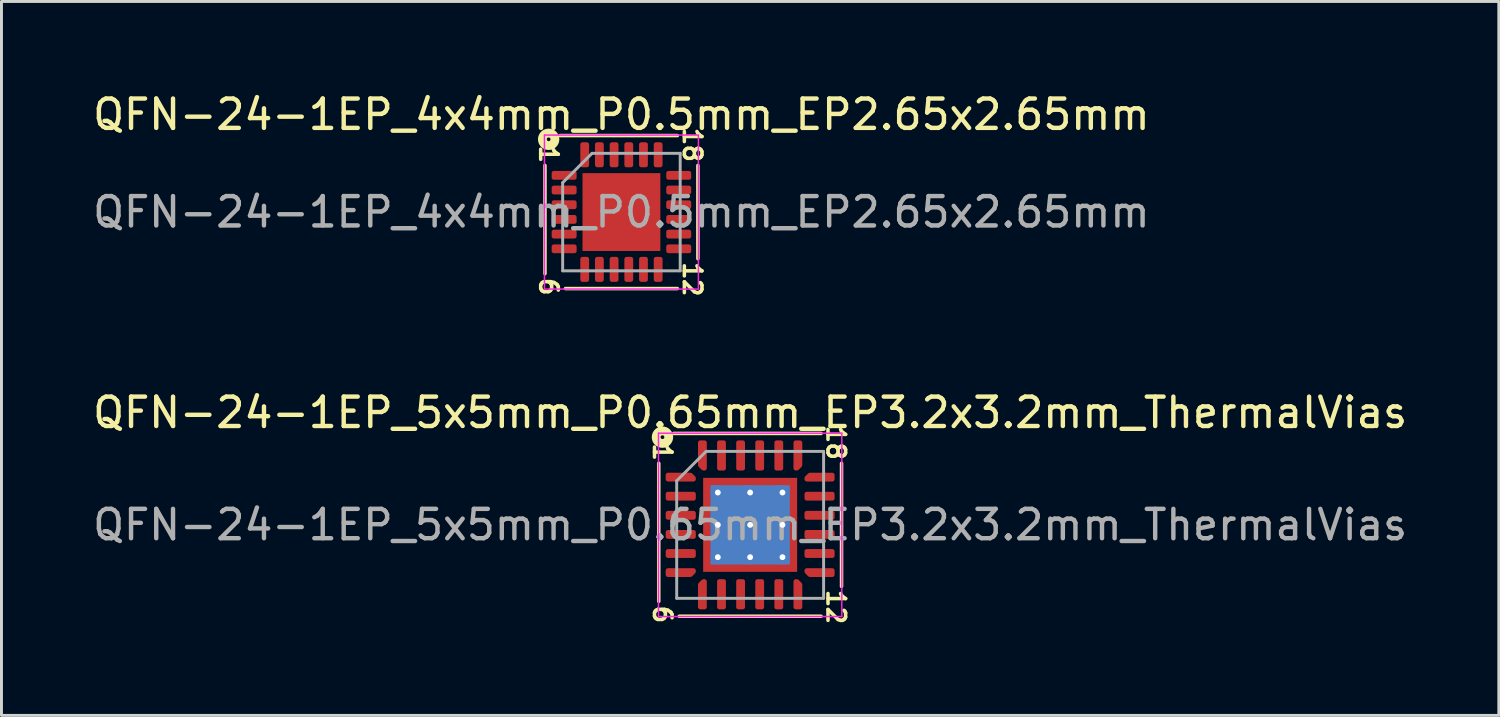
<source format=kicad_pcb>
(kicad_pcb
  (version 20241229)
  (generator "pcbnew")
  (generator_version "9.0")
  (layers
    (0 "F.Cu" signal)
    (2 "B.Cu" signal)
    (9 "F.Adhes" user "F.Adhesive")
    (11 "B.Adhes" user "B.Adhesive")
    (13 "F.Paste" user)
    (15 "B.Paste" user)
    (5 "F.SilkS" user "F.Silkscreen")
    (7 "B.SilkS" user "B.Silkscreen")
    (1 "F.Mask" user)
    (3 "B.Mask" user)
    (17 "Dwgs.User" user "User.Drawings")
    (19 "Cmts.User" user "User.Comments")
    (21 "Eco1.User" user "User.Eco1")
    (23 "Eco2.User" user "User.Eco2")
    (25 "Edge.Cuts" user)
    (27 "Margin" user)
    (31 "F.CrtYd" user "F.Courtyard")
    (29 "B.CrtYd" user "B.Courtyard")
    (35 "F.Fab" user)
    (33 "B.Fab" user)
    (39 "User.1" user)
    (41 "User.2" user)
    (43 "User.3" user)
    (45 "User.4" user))
  (footprint "QFN-24-1EP_5x5mm_P0.65mm_EP3.2x3.2mm_ThermalVias"
    (layer "F.Cu")
    (at 22.482 14.814)
    (property "Reference" "QFN-24-1EP_5x5mm_P0.65mm_EP3.2x3.2mm_ThermalVias" (at 0 -3.82 0) (layer "F.SilkS") (effects (font (size 1 1) (thickness 0.15))))
    (attr smd)
    (fp_line (start -3.111 -2.095) (end -3.111 2.603) (stroke (width 0.12) (type solid)) (layer "F.SilkS"))
    (fp_line (start -2.413 3.111) (end 2.413 3.111) (stroke (width 0.12) (type solid)) (layer "F.SilkS"))
    (fp_line (start 2.413 -3.111) (end -2.603 -3.111) (stroke (width 0.12) (type solid)) (layer "F.SilkS"))
    (fp_line (start 3.111 2.095) (end 3.111 -2.095) (stroke (width 0.12) (type solid)) (layer "F.SilkS"))
    (fp_circle (center -2.985 -2.985) (end -2.921 -2.985) (stroke (width 0.3) (type solid)) (fill no) (layer "F.SilkS"))
    (fp_line (start -3.12 -3.12) (end -3.12 3.12) (stroke (width 0.05) (type solid)) (layer "F.CrtYd"))
    (fp_line (start -3.12 3.12) (end 3.12 3.12) (stroke (width 0.05) (type solid)) (layer "F.CrtYd"))
    (fp_line (start 3.12 -3.12) (end -3.12 -3.12) (stroke (width 0.05) (type solid)) (layer "F.CrtYd"))
    (fp_line (start 3.12 3.12) (end 3.12 -3.12) (stroke (width 0.05) (type solid)) (layer "F.CrtYd"))
    (fp_line (start -2.5 -1.5) (end -1.5 -2.5) (stroke (width 0.1) (type solid)) (layer "F.Fab"))
    (fp_line (start -2.5 2.5) (end -2.5 -1.5) (stroke (width 0.1) (type solid)) (layer "F.Fab"))
    (fp_line (start -1.5 -2.5) (end 2.5 -2.5) (stroke (width 0.1) (type solid)) (layer "F.Fab"))
    (fp_line (start 2.5 -2.5) (end 2.5 2.5) (stroke (width 0.1) (type solid)) (layer "F.Fab"))
    (fp_line (start 2.5 2.5) (end -2.5 2.5) (stroke (width 0.1) (type solid)) (layer "F.Fab"))
    (fp_text user "1" (at -2.985 -2.477 270) (unlocked yes) (layer "F.SilkS") (effects (font (size 0.6 0.6) (thickness 0.12))))
    (fp_text user "12" (at 2.921 2.794 270) (unlocked yes) (layer "F.SilkS") (effects (font (size 0.6 0.6) (thickness 0.12))))
    (fp_text user "18" (at 2.921 -2.794 270) (unlocked yes) (layer "F.SilkS") (effects (font (size 0.6 0.6) (thickness 0.12))))
    (fp_text user "6" (at -2.985 3.048 270) (unlocked yes) (layer "F.SilkS") (effects (font (size 0.6 0.6) (thickness 0.12))))
    (fp_text user "${REFERENCE}" (at 0 0 0) (layer "F.Fab") (effects (font (size 1 1) (thickness 0.15))))
    (pad "" smd custom (at -1.35 -1.35) (size 0.272 0.272) (layers "F.Paste") (options (anchor circle)) (primitives (gr_poly (pts (xy 0.101 -0.026) (xy -0.026 0.101) (xy -0.101 0.101) (xy -0.101 -0.101) (xy 0.101 -0.101)) (width 0.202) (fill yes))))
    (pad "" smd custom (at -1.35 -0.55) (size 0.313 0.313) (layers "F.Paste") (options (anchor circle)) (primitives (gr_poly (pts (xy 0.111 -0.278) (xy 0.111 0.278) (xy 0.036 0.353) (xy -0.111 0.353) (xy -0.111 -0.353) (xy 0.036 -0.353)) (width 0.181) (fill yes))))
    (pad "" smd custom (at -1.35 0.55) (size 0.313 0.313) (layers "F.Paste") (options (anchor circle)) (primitives (gr_poly (pts (xy 0.111 -0.278) (xy 0.111 0.278) (xy 0.036 0.353) (xy -0.111 0.353) (xy -0.111 -0.353) (xy 0.036 -0.353)) (width 0.181) (fill yes))))
    (pad "" smd custom (at -1.35 1.35) (size 0.272 0.272) (layers "F.Paste") (options (anchor circle)) (primitives (gr_poly (pts (xy 0.101 0.026) (xy 0.101 0.101) (xy -0.101 0.101) (xy -0.101 -0.101) (xy -0.026 -0.101)) (width 0.202) (fill yes))))
    (pad "" smd custom (at -0.55 -1.35) (size 0.313 0.313) (layers "F.Paste") (options (anchor circle)) (primitives (gr_poly (pts (xy 0.353 0.036) (xy 0.278 0.111) (xy -0.278 0.111) (xy -0.353 0.036) (xy -0.353 -0.111) (xy 0.353 -0.111)) (width 0.181) (fill yes))))
    (pad "" smd roundrect (at -0.55 -0.55) (size 0.887 0.887) (layers "F.Paste") (roundrect_rratio 0.25))
    (pad "" smd roundrect (at -0.55 0.55) (size 0.887 0.887) (layers "F.Paste") (roundrect_rratio 0.25))
    (pad "" smd custom (at -0.55 1.35) (size 0.313 0.313) (layers "F.Paste") (options (anchor circle)) (primitives (gr_poly (pts (xy 0.353 -0.036) (xy 0.353 0.111) (xy -0.353 0.111) (xy -0.353 -0.036) (xy -0.278 -0.111) (xy 0.278 -0.111)) (width 0.181) (fill yes))))
    (pad "" smd custom (at 0.55 -1.35) (size 0.313 0.313) (layers "F.Paste") (options (anchor circle)) (primitives (gr_poly (pts (xy 0.353 0.036) (xy 0.278 0.111) (xy -0.278 0.111) (xy -0.353 0.036) (xy -0.353 -0.111) (xy 0.353 -0.111)) (width 0.181) (fill yes))))
    (pad "" smd roundrect (at 0.55 -0.55) (size 0.887 0.887) (layers "F.Paste") (roundrect_rratio 0.25))
    (pad "" smd roundrect (at 0.55 0.55) (size 0.887 0.887) (layers "F.Paste") (roundrect_rratio 0.25))
    (pad "" smd custom (at 0.55 1.35) (size 0.313 0.313) (layers "F.Paste") (options (anchor circle)) (primitives (gr_poly (pts (xy 0.353 -0.036) (xy 0.353 0.111) (xy -0.353 0.111) (xy -0.353 -0.036) (xy -0.278 -0.111) (xy 0.278 -0.111)) (width 0.181) (fill yes))))
    (pad "" smd custom (at 1.35 -1.35) (size 0.272 0.272) (layers "F.Paste") (options (anchor circle)) (primitives (gr_poly (pts (xy 0.101 0.101) (xy 0.026 0.101) (xy -0.101 -0.026) (xy -0.101 -0.101) (xy 0.101 -0.101)) (width 0.202) (fill yes))))
    (pad "" smd custom (at 1.35 -0.55) (size 0.313 0.313) (layers "F.Paste") (options (anchor circle)) (primitives (gr_poly (pts (xy 0.111 0.353) (xy -0.036 0.353) (xy -0.111 0.278) (xy -0.111 -0.278) (xy -0.036 -0.353) (xy 0.111 -0.353)) (width 0.181) (fill yes))))
    (pad "" smd custom (at 1.35 0.55) (size 0.313 0.313) (layers "F.Paste") (options (anchor circle)) (primitives (gr_poly (pts (xy 0.111 0.353) (xy -0.036 0.353) (xy -0.111 0.278) (xy -0.111 -0.278) (xy -0.036 -0.353) (xy 0.111 -0.353)) (width 0.181) (fill yes))))
    (pad "" smd custom (at 1.35 1.35) (size 0.272 0.272) (layers "F.Paste") (options (anchor circle)) (primitives (gr_poly (pts (xy 0.101 0.101) (xy -0.101 0.101) (xy -0.101 0.026) (xy 0.026 -0.101) (xy 0.101 -0.101)) (width 0.202) (fill yes))))
    (pad "1" smd custom (at -2.362 -1.625) (size 0.194 0.194) (layers "F.Cu" "F.Mask" "F.Paste") (options (anchor circle)) (primitives (gr_poly (pts (xy 0.438 0.031) (xy 0.438 0.075) (xy -0.438 0.075) (xy -0.438 -0.075) (xy 0.331 -0.075)) (width 0.15) (fill yes))))
    (pad "2" smd roundrect (at -2.362 -0.975) (size 1.025 0.3) (layers "F.Cu" "F.Mask" "F.Paste") (roundrect_rratio 0.25))
    (pad "3" smd roundrect (at -2.362 -0.325) (size 1.025 0.3) (layers "F.Cu" "F.Mask" "F.Paste") (roundrect_rratio 0.25))
    (pad "4" smd roundrect (at -2.362 0.325) (size 1.025 0.3) (layers "F.Cu" "F.Mask" "F.Paste") (roundrect_rratio 0.25))
    (pad "5" smd roundrect (at -2.362 0.975) (size 1.025 0.3) (layers "F.Cu" "F.Mask" "F.Paste") (roundrect_rratio 0.25))
    (pad "6" smd custom (at -2.362 1.625) (size 0.194 0.194) (layers "F.Cu" "F.Mask" "F.Paste") (options (anchor circle)) (primitives (gr_poly (pts (xy 0.438 -0.031) (xy 0.331 0.075) (xy -0.438 0.075) (xy -0.438 -0.075) (xy 0.438 -0.075)) (width 0.15) (fill yes))))
    (pad "7" smd custom (at -1.625 2.362) (size 0.194 0.194) (layers "F.Cu" "F.Mask" "F.Paste") (options (anchor circle)) (primitives (gr_poly (pts (xy 0.075 0.438) (xy -0.075 0.438) (xy -0.075 -0.331) (xy 0.031 -0.438) (xy 0.075 -0.438)) (width 0.15) (fill yes))))
    (pad "8" smd roundrect (at -0.975 2.362) (size 0.3 1.025) (layers "F.Cu" "F.Mask" "F.Paste") (roundrect_rratio 0.25))
    (pad "9" smd roundrect (at -0.325 2.362) (size 0.3 1.025) (layers "F.Cu" "F.Mask" "F.Paste") (roundrect_rratio 0.25))
    (pad "10" smd roundrect (at 0.325 2.362) (size 0.3 1.025) (layers "F.Cu" "F.Mask" "F.Paste") (roundrect_rratio 0.25))
    (pad "11" smd roundrect (at 0.975 2.362) (size 0.3 1.025) (layers "F.Cu" "F.Mask" "F.Paste") (roundrect_rratio 0.25))
    (pad "12" smd custom (at 1.625 2.362) (size 0.194 0.194) (layers "F.Cu" "F.Mask" "F.Paste") (options (anchor circle)) (primitives (gr_poly (pts (xy 0.075 -0.331) (xy 0.075 0.438) (xy -0.075 0.438) (xy -0.075 -0.438) (xy -0.031 -0.438)) (width 0.15) (fill yes))))
    (pad "13" smd custom (at 2.362 1.625) (size 0.194 0.194) (layers "F.Cu" "F.Mask" "F.Paste") (options (anchor circle)) (primitives (gr_poly (pts (xy 0.438 0.075) (xy -0.331 0.075) (xy -0.438 -0.031) (xy -0.438 -0.075) (xy 0.438 -0.075)) (width 0.15) (fill yes))))
    (pad "14" smd roundrect (at 2.362 0.975) (size 1.025 0.3) (layers "F.Cu" "F.Mask" "F.Paste") (roundrect_rratio 0.25))
    (pad "15" smd roundrect (at 2.362 0.325) (size 1.025 0.3) (layers "F.Cu" "F.Mask" "F.Paste") (roundrect_rratio 0.25))
    (pad "16" smd roundrect (at 2.362 -0.325) (size 1.025 0.3) (layers "F.Cu" "F.Mask" "F.Paste") (roundrect_rratio 0.25))
    (pad "17" smd roundrect (at 2.362 -0.975) (size 1.025 0.3) (layers "F.Cu" "F.Mask" "F.Paste") (roundrect_rratio 0.25))
    (pad "18" smd custom (at 2.362 -1.625) (size 0.194 0.194) (layers "F.Cu" "F.Mask" "F.Paste") (options (anchor circle)) (primitives (gr_poly (pts (xy 0.438 0.075) (xy -0.438 0.075) (xy -0.438 0.031) (xy -0.331 -0.075) (xy 0.438 -0.075)) (width 0.15) (fill yes))))
    (pad "19" smd custom (at 1.625 -2.362) (size 0.194 0.194) (layers "F.Cu" "F.Mask" "F.Paste") (options (anchor circle)) (primitives (gr_poly (pts (xy 0.075 0.331) (xy -0.031 0.438) (xy -0.075 0.438) (xy -0.075 -0.438) (xy 0.075 -0.438)) (width 0.15) (fill yes))))
    (pad "20" smd roundrect (at 0.975 -2.362) (size 0.3 1.025) (layers "F.Cu" "F.Mask" "F.Paste") (roundrect_rratio 0.25))
    (pad "21" smd roundrect (at 0.325 -2.362) (size 0.3 1.025) (layers "F.Cu" "F.Mask" "F.Paste") (roundrect_rratio 0.25))
    (pad "22" smd roundrect (at -0.325 -2.362) (size 0.3 1.025) (layers "F.Cu" "F.Mask" "F.Paste") (roundrect_rratio 0.25))
    (pad "23" smd roundrect (at -0.975 -2.362) (size 0.3 1.025) (layers "F.Cu" "F.Mask" "F.Paste") (roundrect_rratio 0.25))
    (pad "24" smd custom (at -1.625 -2.362) (size 0.194 0.194) (layers "F.Cu" "F.Mask" "F.Paste") (options (anchor circle)) (primitives (gr_poly (pts (xy 0.075 0.438) (xy 0.031 0.438) (xy -0.075 0.331) (xy -0.075 -0.438) (xy 0.075 -0.438)) (width 0.15) (fill yes))))
    (pad "25" thru_hole circle (at -1.1 -1.1) (size 0.5 0.5) (drill 0.2) (layers "*.Cu"))
    (pad "25" thru_hole circle (at -1.1 0) (size 0.5 0.5) (drill 0.2) (layers "*.Cu"))
    (pad "25" thru_hole circle (at -1.1 1.1) (size 0.5 0.5) (drill 0.2) (layers "*.Cu"))
    (pad "25" thru_hole circle (at 0 -1.1) (size 0.5 0.5) (drill 0.2) (layers "*.Cu"))
    (pad "25" thru_hole circle (at 0 0) (size 0.5 0.5) (drill 0.2) (layers "*.Cu"))
    (pad "25" smd rect (at 0 0) (size 2.7 2.7) (layers "B.Cu" "B.Mask"))
    (pad "25" smd rect (at 0 0) (size 3.2 3.2) (layers "F.Cu" "F.Mask"))
    (pad "25" thru_hole circle (at 0 1.1) (size 0.5 0.5) (drill 0.2) (layers "*.Cu"))
    (pad "25" thru_hole circle (at 1.1 -1.1) (size 0.5 0.5) (drill 0.2) (layers "*.Cu"))
    (pad "25" thru_hole circle (at 1.1 0) (size 0.5 0.5) (drill 0.2) (layers "*.Cu"))
    (pad "25" thru_hole circle (at 1.1 1.1) (size 0.5 0.5) (drill 0.2) (layers "*.Cu")))
  (footprint "QFN-24-1EP_4x4mm_P0.5mm_EP2.65x2.65mm"
    (layer "F.Cu")
    (at 18.101 4.168)
    (property "Reference" "QFN-24-1EP_4x4mm_P0.5mm_EP2.65x2.65mm" (at 0 -3.32 0) (layer "F.SilkS") (effects (font (size 1 1) (thickness 0.15))))
    (attr smd)
    (fp_line (start -2.603 -1.587) (end -2.603 2.095) (stroke (width 0.12) (type solid)) (layer "F.SilkS"))
    (fp_line (start -1.905 2.603) (end 1.905 2.603) (stroke (width 0.12) (type solid)) (layer "F.SilkS"))
    (fp_line (start 1.905 -2.603) (end -2.095 -2.603) (stroke (width 0.12) (type solid)) (layer "F.SilkS"))
    (fp_line (start 2.603 1.587) (end 2.603 -1.587) (stroke (width 0.12) (type solid)) (layer "F.SilkS"))
    (fp_circle (center -2.477 -2.477) (end -2.413 -2.477) (stroke (width 0.3) (type solid)) (fill no) (layer "F.SilkS"))
    (fp_line (start -2.62 -2.62) (end -2.62 2.62) (stroke (width 0.05) (type solid)) (layer "F.CrtYd"))
    (fp_line (start -2.62 2.62) (end 2.62 2.62) (stroke (width 0.05) (type solid)) (layer "F.CrtYd"))
    (fp_line (start 2.62 -2.62) (end -2.62 -2.62) (stroke (width 0.05) (type solid)) (layer "F.CrtYd"))
    (fp_line (start 2.62 2.62) (end 2.62 -2.62) (stroke (width 0.05) (type solid)) (layer "F.CrtYd"))
    (fp_line (start -2 -1) (end -1 -2) (stroke (width 0.1) (type solid)) (layer "F.Fab"))
    (fp_line (start -2 2) (end -2 -1) (stroke (width 0.1) (type solid)) (layer "F.Fab"))
    (fp_line (start -1 -2) (end 2 -2) (stroke (width 0.1) (type solid)) (layer "F.Fab"))
    (fp_line (start 2 -2) (end 2 2) (stroke (width 0.1) (type solid)) (layer "F.Fab"))
    (fp_line (start 2 2) (end -2 2) (stroke (width 0.1) (type solid)) (layer "F.Fab"))
    (fp_text user "6" (at -2.477 2.54 270) (unlocked yes) (layer "F.SilkS") (effects (font (size 0.6 0.6) (thickness 0.12))))
    (fp_text user "18" (at 2.413 -2.286 270) (unlocked yes) (layer "F.SilkS") (effects (font (size 0.6 0.6) (thickness 0.12))))
    (fp_text user "12" (at 2.413 2.286 270) (unlocked yes) (layer "F.SilkS") (effects (font (size 0.6 0.6) (thickness 0.12))))
    (fp_text user "1" (at -2.477 -1.968 270) (unlocked yes) (layer "F.SilkS") (effects (font (size 0.6 0.6) (thickness 0.12))))
    (fp_text user "${REFERENCE}" (at 0 0 0) (layer "F.Fab") (effects (font (size 1 1) (thickness 0.15))))
    (pad "" smd roundrect (at -0.66 -0.66) (size 1.07 1.07) (layers "F.Paste") (roundrect_rratio 0.234))
    (pad "" smd roundrect (at -0.66 0.66) (size 1.07 1.07) (layers "F.Paste") (roundrect_rratio 0.234))
    (pad "" smd roundrect (at 0.66 -0.66) (size 1.07 1.07) (layers "F.Paste") (roundrect_rratio 0.234))
    (pad "" smd roundrect (at 0.66 0.66) (size 1.07 1.07) (layers "F.Paste") (roundrect_rratio 0.234))
    (pad "1" smd roundrect (at -1.95 -1.25) (size 0.85 0.3) (layers "F.Cu" "F.Mask" "F.Paste") (roundrect_rratio 0.25))
    (pad "2" smd roundrect (at -1.95 -0.75) (size 0.85 0.3) (layers "F.Cu" "F.Mask" "F.Paste") (roundrect_rratio 0.25))
    (pad "3" smd roundrect (at -1.95 -0.25) (size 0.85 0.3) (layers "F.Cu" "F.Mask" "F.Paste") (roundrect_rratio 0.25))
    (pad "4" smd roundrect (at -1.95 0.25) (size 0.85 0.3) (layers "F.Cu" "F.Mask" "F.Paste") (roundrect_rratio 0.25))
    (pad "5" smd roundrect (at -1.95 0.75) (size 0.85 0.3) (layers "F.Cu" "F.Mask" "F.Paste") (roundrect_rratio 0.25))
    (pad "6" smd roundrect (at -1.95 1.25) (size 0.85 0.3) (layers "F.Cu" "F.Mask" "F.Paste") (roundrect_rratio 0.25))
    (pad "7" smd roundrect (at -1.25 1.95) (size 0.3 0.85) (layers "F.Cu" "F.Mask" "F.Paste") (roundrect_rratio 0.25))
    (pad "8" smd roundrect (at -0.75 1.95) (size 0.3 0.85) (layers "F.Cu" "F.Mask" "F.Paste") (roundrect_rratio 0.25))
    (pad "9" smd roundrect (at -0.25 1.95) (size 0.3 0.85) (layers "F.Cu" "F.Mask" "F.Paste") (roundrect_rratio 0.25))
    (pad "10" smd roundrect (at 0.25 1.95) (size 0.3 0.85) (layers "F.Cu" "F.Mask" "F.Paste") (roundrect_rratio 0.25))
    (pad "11" smd roundrect (at 0.75 1.95) (size 0.3 0.85) (layers "F.Cu" "F.Mask" "F.Paste") (roundrect_rratio 0.25))
    (pad "12" smd roundrect (at 1.25 1.95) (size 0.3 0.85) (layers "F.Cu" "F.Mask" "F.Paste") (roundrect_rratio 0.25))
    (pad "13" smd roundrect (at 1.95 1.25) (size 0.85 0.3) (layers "F.Cu" "F.Mask" "F.Paste") (roundrect_rratio 0.25))
    (pad "14" smd roundrect (at 1.95 0.75) (size 0.85 0.3) (layers "F.Cu" "F.Mask" "F.Paste") (roundrect_rratio 0.25))
    (pad "15" smd roundrect (at 1.95 0.25) (size 0.85 0.3) (layers "F.Cu" "F.Mask" "F.Paste") (roundrect_rratio 0.25))
    (pad "16" smd roundrect (at 1.95 -0.25) (size 0.85 0.3) (layers "F.Cu" "F.Mask" "F.Paste") (roundrect_rratio 0.25))
    (pad "17" smd roundrect (at 1.95 -0.75) (size 0.85 0.3) (layers "F.Cu" "F.Mask" "F.Paste") (roundrect_rratio 0.25))
    (pad "18" smd roundrect (at 1.95 -1.25) (size 0.85 0.3) (layers "F.Cu" "F.Mask" "F.Paste") (roundrect_rratio 0.25))
    (pad "19" smd roundrect (at 1.25 -1.95) (size 0.3 0.85) (layers "F.Cu" "F.Mask" "F.Paste") (roundrect_rratio 0.25))
    (pad "20" smd roundrect (at 0.75 -1.95) (size 0.3 0.85) (layers "F.Cu" "F.Mask" "F.Paste") (roundrect_rratio 0.25))
    (pad "21" smd roundrect (at 0.25 -1.95) (size 0.3 0.85) (layers "F.Cu" "F.Mask" "F.Paste") (roundrect_rratio 0.25))
    (pad "22" smd roundrect (at -0.25 -1.95) (size 0.3 0.85) (layers "F.Cu" "F.Mask" "F.Paste") (roundrect_rratio 0.25))
    (pad "23" smd roundrect (at -0.75 -1.95) (size 0.3 0.85) (layers "F.Cu" "F.Mask" "F.Paste") (roundrect_rratio 0.25))
    (pad "24" smd roundrect (at -1.25 -1.95) (size 0.3 0.85) (layers "F.Cu" "F.Mask" "F.Paste") (roundrect_rratio 0.25))
    (pad "25" smd rect (at 0 0) (size 2.65 2.65) (layers "F.Cu" "F.Mask")))
  (gr_rect
    (start -3 -3)
    (end 47.964 21.299)
    (stroke (width 0.1) (type default))
    (fill no)
    (layer "Edge.Cuts")))
</source>
